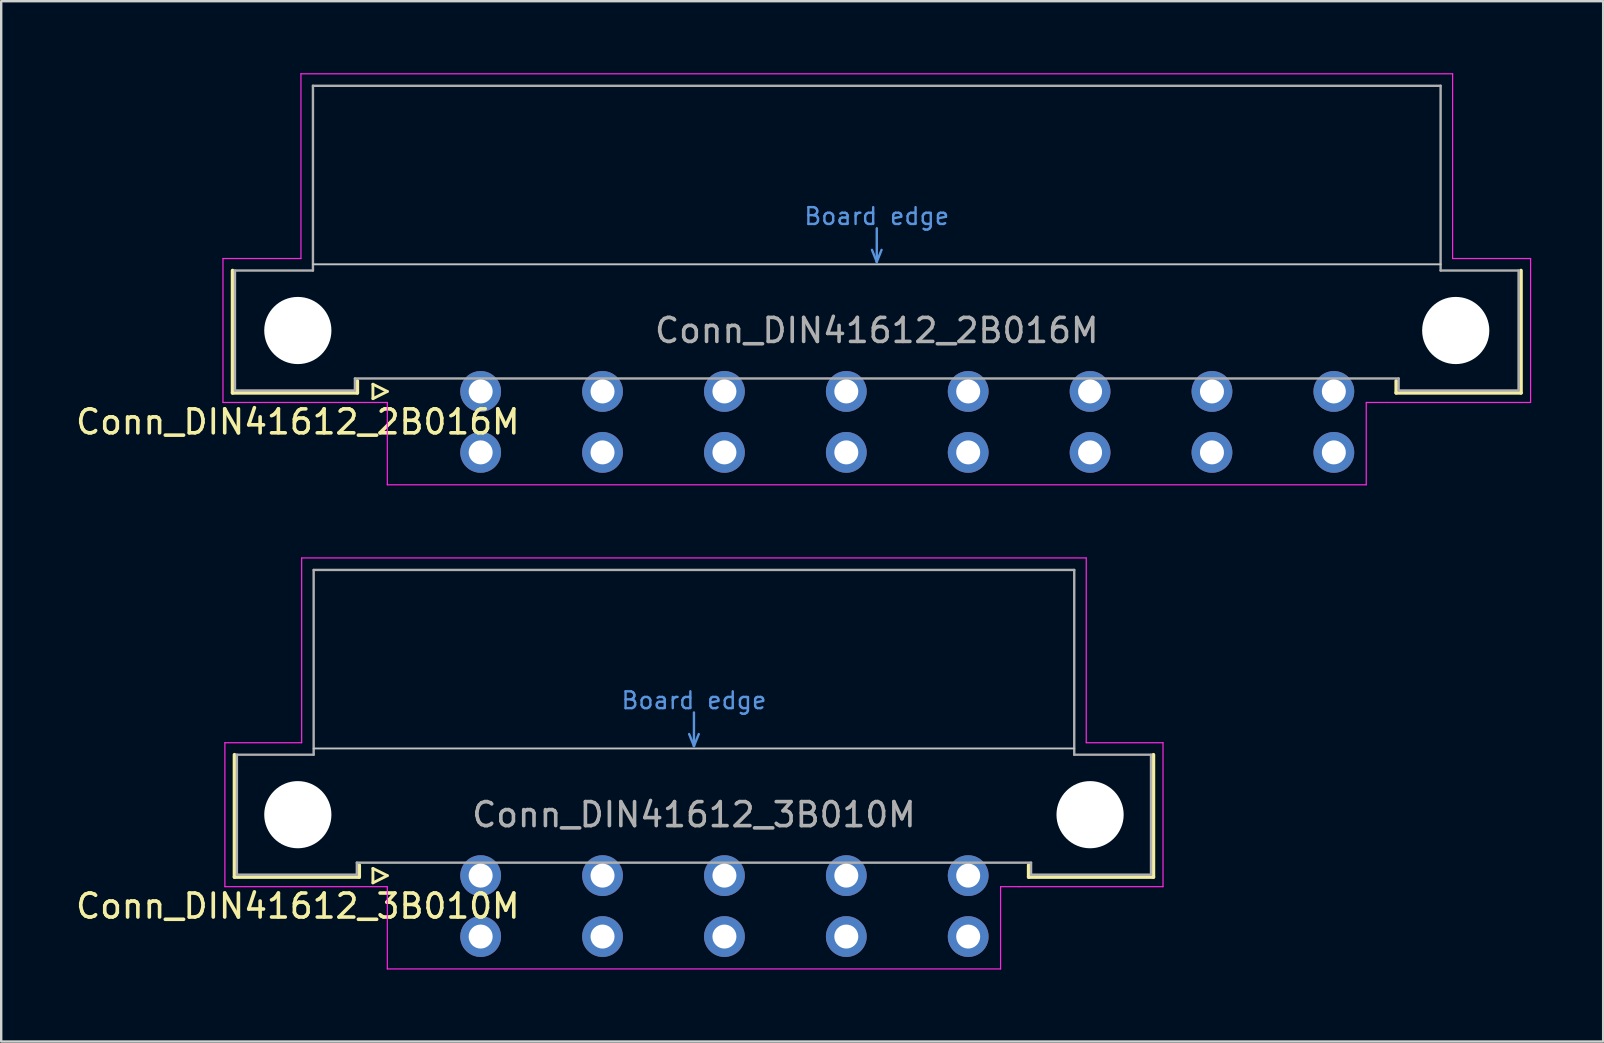
<source format=kicad_pcb>
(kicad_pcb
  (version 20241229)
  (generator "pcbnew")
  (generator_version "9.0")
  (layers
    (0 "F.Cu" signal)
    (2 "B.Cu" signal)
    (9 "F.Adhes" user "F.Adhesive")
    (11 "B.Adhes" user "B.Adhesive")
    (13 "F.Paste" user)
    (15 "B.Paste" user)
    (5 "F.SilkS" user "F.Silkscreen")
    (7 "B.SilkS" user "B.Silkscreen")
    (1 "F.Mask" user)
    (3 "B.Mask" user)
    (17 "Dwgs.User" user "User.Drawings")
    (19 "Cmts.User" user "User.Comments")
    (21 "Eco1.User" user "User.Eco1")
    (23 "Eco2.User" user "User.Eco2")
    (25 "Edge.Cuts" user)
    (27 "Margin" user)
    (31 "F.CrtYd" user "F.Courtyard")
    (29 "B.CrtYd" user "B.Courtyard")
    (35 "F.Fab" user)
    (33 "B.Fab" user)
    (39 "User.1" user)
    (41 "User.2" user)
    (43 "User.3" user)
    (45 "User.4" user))
  (footprint "Conn_DIN41612_3B010M"
    (layer "F.Cu")
    (at 14.443 33.445)
    (property "Reference" "Conn_DIN41612_3B010M" (at -5.08 1.27 0) (layer "F.SilkS") (effects (font (size 1 1) (thickness 0.15))))
    (attr through_hole)
    (fp_line (start -7.72 0.06) (end -7.72 -5.04) (stroke (width 0.15) (type solid)) (layer "F.SilkS"))
    (fp_line (start -2.52 -0.44) (end -2.52 0.06) (stroke (width 0.15) (type solid)) (layer "F.SilkS"))
    (fp_line (start -2.52 0.06) (end -7.72 0.06) (stroke (width 0.15) (type solid)) (layer "F.SilkS"))
    (fp_line (start -1.95 -0.3) (end -1.95 0.3) (stroke (width 0.12) (type solid)) (layer "F.SilkS"))
    (fp_line (start -1.95 0.3) (end -1.35 0) (stroke (width 0.12) (type solid)) (layer "F.SilkS"))
    (fp_line (start -1.35 0) (end -1.95 -0.3) (stroke (width 0.12) (type solid)) (layer "F.SilkS"))
    (fp_line (start 25.38 -0.44) (end 25.38 0.06) (stroke (width 0.15) (type solid)) (layer "F.SilkS"))
    (fp_line (start 25.38 0.06) (end 30.58 0.06) (stroke (width 0.15) (type solid)) (layer "F.SilkS"))
    (fp_line (start 30.58 0.06) (end 30.58 -5.04) (stroke (width 0.15) (type solid)) (layer "F.SilkS"))
    (fp_line (start -4.42 -5.3) (end 27.28 -5.3) (stroke (width 0.08) (type solid)) (layer "Dwgs.User"))
    (fp_line (start 11.23 -5.9) (end 11.43 -5.4) (stroke (width 0.1) (type solid)) (layer "Cmts.User"))
    (fp_line (start 11.43 -6.8) (end 11.43 -5.4) (stroke (width 0.1) (type solid)) (layer "Cmts.User"))
    (fp_line (start 11.43 -5.4) (end 11.63 -5.9) (stroke (width 0.1) (type solid)) (layer "Cmts.User"))
    (fp_line (start -8.12 -5.54) (end -4.92 -5.54) (stroke (width 0.05) (type solid)) (layer "F.CrtYd"))
    (fp_line (start -8.12 0.46) (end -8.12 -5.54) (stroke (width 0.05) (type solid)) (layer "F.CrtYd"))
    (fp_line (start -4.92 -13.24) (end 27.78 -13.24) (stroke (width 0.05) (type solid)) (layer "F.CrtYd"))
    (fp_line (start -4.92 -5.54) (end -4.92 -13.24) (stroke (width 0.05) (type solid)) (layer "F.CrtYd"))
    (fp_line (start -1.35 0.46) (end -8.12 0.46) (stroke (width 0.05) (type solid)) (layer "F.CrtYd"))
    (fp_line (start -1.35 3.89) (end -1.35 0.46) (stroke (width 0.05) (type solid)) (layer "F.CrtYd"))
    (fp_line (start 24.21 0.46) (end 24.21 3.89) (stroke (width 0.05) (type solid)) (layer "F.CrtYd"))
    (fp_line (start 24.21 3.89) (end -1.35 3.89) (stroke (width 0.05) (type solid)) (layer "F.CrtYd"))
    (fp_line (start 24.98 0.46) (end 24.21 0.46) (stroke (width 0.05) (type solid)) (layer "F.CrtYd"))
    (fp_line (start 27.78 -13.24) (end 27.78 -5.54) (stroke (width 0.05) (type solid)) (layer "F.CrtYd"))
    (fp_line (start 27.78 -5.54) (end 30.98 -5.54) (stroke (width 0.05) (type solid)) (layer "F.CrtYd"))
    (fp_line (start 30.98 -5.54) (end 30.98 0.46) (stroke (width 0.05) (type solid)) (layer "F.CrtYd"))
    (fp_line (start 30.98 0.46) (end 24.98 0.46) (stroke (width 0.05) (type solid)) (layer "F.CrtYd"))
    (fp_line (start -7.62 -5.04) (end -4.42 -5.04) (stroke (width 0.1) (type solid)) (layer "F.Fab"))
    (fp_line (start -7.62 -0.04) (end -7.62 -5.04) (stroke (width 0.1) (type solid)) (layer "F.Fab"))
    (fp_line (start -4.42 -12.74) (end 27.28 -12.74) (stroke (width 0.1) (type solid)) (layer "F.Fab"))
    (fp_line (start -4.42 -5.04) (end -4.42 -12.74) (stroke (width 0.1) (type solid)) (layer "F.Fab"))
    (fp_line (start -2.62 -0.54) (end -2.62 -0.04) (stroke (width 0.1) (type solid)) (layer "F.Fab"))
    (fp_line (start -2.62 -0.04) (end -7.62 -0.04) (stroke (width 0.1) (type solid)) (layer "F.Fab"))
    (fp_line (start 25.48 -0.54) (end -2.62 -0.54) (stroke (width 0.1) (type solid)) (layer "F.Fab"))
    (fp_line (start 25.48 -0.04) (end 25.48 -0.54) (stroke (width 0.1) (type solid)) (layer "F.Fab"))
    (fp_line (start 27.28 -12.74) (end 27.28 -5.04) (stroke (width 0.1) (type solid)) (layer "F.Fab"))
    (fp_line (start 27.28 -5.04) (end 30.48 -5.04) (stroke (width 0.1) (type solid)) (layer "F.Fab"))
    (fp_line (start 30.48 -5.04) (end 30.48 -0.04) (stroke (width 0.1) (type solid)) (layer "F.Fab"))
    (fp_line (start 30.48 -0.04) (end 25.48 -0.04) (stroke (width 0.1) (type solid)) (layer "F.Fab"))
    (fp_text user "Board edge" (at 11.43 -7.3 0) (layer "Cmts.User") (effects (font (size 0.7 0.7) (thickness 0.1))))
    (fp_text user "${REFERENCE}" (at 11.43 -2.54 0) (layer "F.Fab") (effects (font (size 1 1) (thickness 0.15))))
    (pad "" np_thru_hole circle (at -5.08 -2.54) (size 2.8 2.8) (drill 2.8) (layers "*.Cu" "*.Mask"))
    (pad "" np_thru_hole circle (at 27.94 -2.54) (size 2.8 2.8) (drill 2.8) (layers "*.Cu" "*.Mask"))
    (pad "A2" thru_hole circle (at 2.54 0) (size 1.7 1.7) (drill 1) (layers "*.Cu" "*.Mask"))
    (pad "A4" thru_hole circle (at 7.62 0) (size 1.7 1.7) (drill 1) (layers "*.Cu" "*.Mask"))
    (pad "A6" thru_hole circle (at 12.7 0) (size 1.7 1.7) (drill 1) (layers "*.Cu" "*.Mask"))
    (pad "A8" thru_hole circle (at 17.78 0) (size 1.7 1.7) (drill 1) (layers "*.Cu" "*.Mask"))
    (pad "A10" thru_hole circle (at 22.86 0) (size 1.7 1.7) (drill 1) (layers "*.Cu" "*.Mask"))
    (pad "B2" thru_hole circle (at 2.54 2.54) (size 1.7 1.7) (drill 1) (layers "*.Cu" "*.Mask"))
    (pad "B4" thru_hole circle (at 7.62 2.54) (size 1.7 1.7) (drill 1) (layers "*.Cu" "*.Mask"))
    (pad "B6" thru_hole circle (at 12.7 2.54) (size 1.7 1.7) (drill 1) (layers "*.Cu" "*.Mask"))
    (pad "B8" thru_hole circle (at 17.78 2.54) (size 1.7 1.7) (drill 1) (layers "*.Cu" "*.Mask"))
    (pad "B10" thru_hole circle (at 22.86 2.54) (size 1.7 1.7) (drill 1) (layers "*.Cu" "*.Mask")))
  (footprint "Conn_DIN41612_2B016M"
    (layer "F.Cu")
    (at 14.443 13.265)
    (property "Reference" "Conn_DIN41612_2B016M" (at -5.08 1.27 0) (layer "F.SilkS") (effects (font (size 1 1) (thickness 0.15))))
    (attr through_hole)
    (fp_line (start -7.8 0.06) (end -7.8 -5.04) (stroke (width 0.15) (type solid)) (layer "F.SilkS"))
    (fp_line (start -2.6 -0.44) (end -2.6 0.06) (stroke (width 0.15) (type solid)) (layer "F.SilkS"))
    (fp_line (start -2.6 0.06) (end -7.8 0.06) (stroke (width 0.15) (type solid)) (layer "F.SilkS"))
    (fp_line (start -1.95 -0.3) (end -1.95 0.3) (stroke (width 0.12) (type solid)) (layer "F.SilkS"))
    (fp_line (start -1.95 0.3) (end -1.35 0) (stroke (width 0.12) (type solid)) (layer "F.SilkS"))
    (fp_line (start -1.35 0) (end -1.95 -0.3) (stroke (width 0.12) (type solid)) (layer "F.SilkS"))
    (fp_line (start 40.7 -0.44) (end 40.7 0.06) (stroke (width 0.15) (type solid)) (layer "F.SilkS"))
    (fp_line (start 40.7 0.06) (end 45.9 0.06) (stroke (width 0.15) (type solid)) (layer "F.SilkS"))
    (fp_line (start 45.9 0.06) (end 45.9 -5.04) (stroke (width 0.15) (type solid)) (layer "F.SilkS"))
    (fp_line (start -4.45 -5.3) (end 42.55 -5.3) (stroke (width 0.08) (type solid)) (layer "Dwgs.User"))
    (fp_line (start 18.85 -5.9) (end 19.05 -5.4) (stroke (width 0.1) (type solid)) (layer "Cmts.User"))
    (fp_line (start 19.05 -6.8) (end 19.05 -5.4) (stroke (width 0.1) (type solid)) (layer "Cmts.User"))
    (fp_line (start 19.05 -5.4) (end 19.25 -5.9) (stroke (width 0.1) (type solid)) (layer "Cmts.User"))
    (fp_line (start -8.2 -5.54) (end -4.95 -5.54) (stroke (width 0.05) (type solid)) (layer "F.CrtYd"))
    (fp_line (start -8.2 0.46) (end -8.2 -5.54) (stroke (width 0.05) (type solid)) (layer "F.CrtYd"))
    (fp_line (start -4.95 -13.24) (end 43.05 -13.24) (stroke (width 0.05) (type solid)) (layer "F.CrtYd"))
    (fp_line (start -4.95 -5.54) (end -4.95 -13.24) (stroke (width 0.05) (type solid)) (layer "F.CrtYd"))
    (fp_line (start -1.35 0.46) (end -8.2 0.46) (stroke (width 0.05) (type solid)) (layer "F.CrtYd"))
    (fp_line (start -1.35 3.89) (end -1.35 0.46) (stroke (width 0.05) (type solid)) (layer "F.CrtYd"))
    (fp_line (start 39.45 0.46) (end 39.45 3.89) (stroke (width 0.05) (type solid)) (layer "F.CrtYd"))
    (fp_line (start 39.45 3.89) (end -1.35 3.89) (stroke (width 0.05) (type solid)) (layer "F.CrtYd"))
    (fp_line (start 40.3 0.46) (end 39.45 0.46) (stroke (width 0.05) (type solid)) (layer "F.CrtYd"))
    (fp_line (start 43.05 -13.24) (end 43.05 -5.54) (stroke (width 0.05) (type solid)) (layer "F.CrtYd"))
    (fp_line (start 43.05 -5.54) (end 46.3 -5.54) (stroke (width 0.05) (type solid)) (layer "F.CrtYd"))
    (fp_line (start 46.3 -5.54) (end 46.3 0.46) (stroke (width 0.05) (type solid)) (layer "F.CrtYd"))
    (fp_line (start 46.3 0.46) (end 40.3 0.46) (stroke (width 0.05) (type solid)) (layer "F.CrtYd"))
    (fp_line (start -7.7 -5.04) (end -4.45 -5.04) (stroke (width 0.1) (type solid)) (layer "F.Fab"))
    (fp_line (start -7.7 -0.04) (end -7.7 -5.04) (stroke (width 0.1) (type solid)) (layer "F.Fab"))
    (fp_line (start -4.45 -12.74) (end 42.55 -12.74) (stroke (width 0.1) (type solid)) (layer "F.Fab"))
    (fp_line (start -4.45 -5.04) (end -4.45 -12.74) (stroke (width 0.1) (type solid)) (layer "F.Fab"))
    (fp_line (start -2.7 -0.54) (end -2.7 -0.04) (stroke (width 0.1) (type solid)) (layer "F.Fab"))
    (fp_line (start -2.7 -0.04) (end -7.7 -0.04) (stroke (width 0.1) (type solid)) (layer "F.Fab"))
    (fp_line (start 40.8 -0.54) (end -2.7 -0.54) (stroke (width 0.1) (type solid)) (layer "F.Fab"))
    (fp_line (start 40.8 -0.04) (end 40.8 -0.54) (stroke (width 0.1) (type solid)) (layer "F.Fab"))
    (fp_line (start 42.55 -12.74) (end 42.55 -5.04) (stroke (width 0.1) (type solid)) (layer "F.Fab"))
    (fp_line (start 42.55 -5.04) (end 45.8 -5.04) (stroke (width 0.1) (type solid)) (layer "F.Fab"))
    (fp_line (start 45.8 -5.04) (end 45.8 -0.04) (stroke (width 0.1) (type solid)) (layer "F.Fab"))
    (fp_line (start 45.8 -0.04) (end 40.8 -0.04) (stroke (width 0.1) (type solid)) (layer "F.Fab"))
    (fp_text user "Board edge" (at 19.05 -7.3 0) (layer "Cmts.User") (effects (font (size 0.7 0.7) (thickness 0.1))))
    (fp_text user "${REFERENCE}" (at 19.05 -2.54 0) (layer "F.Fab") (effects (font (size 1 1) (thickness 0.15))))
    (pad "" np_thru_hole circle (at -5.08 -2.54) (size 2.8 2.8) (drill 2.8) (layers "*.Cu" "*.Mask"))
    (pad "" np_thru_hole circle (at 43.18 -2.54) (size 2.8 2.8) (drill 2.8) (layers "*.Cu" "*.Mask"))
    (pad "A2" thru_hole circle (at 2.54 0) (size 1.7 1.7) (drill 1) (layers "*.Cu" "*.Mask"))
    (pad "A4" thru_hole circle (at 7.62 0) (size 1.7 1.7) (drill 1) (layers "*.Cu" "*.Mask"))
    (pad "A6" thru_hole circle (at 12.7 0) (size 1.7 1.7) (drill 1) (layers "*.Cu" "*.Mask"))
    (pad "A8" thru_hole circle (at 17.78 0) (size 1.7 1.7) (drill 1) (layers "*.Cu" "*.Mask"))
    (pad "A10" thru_hole circle (at 22.86 0) (size 1.7 1.7) (drill 1) (layers "*.Cu" "*.Mask"))
    (pad "A12" thru_hole circle (at 27.94 0) (size 1.7 1.7) (drill 1) (layers "*.Cu" "*.Mask"))
    (pad "A14" thru_hole circle (at 33.02 0) (size 1.7 1.7) (drill 1) (layers "*.Cu" "*.Mask"))
    (pad "A16" thru_hole circle (at 38.1 0) (size 1.7 1.7) (drill 1) (layers "*.Cu" "*.Mask"))
    (pad "B2" thru_hole circle (at 2.54 2.54) (size 1.7 1.7) (drill 1) (layers "*.Cu" "*.Mask"))
    (pad "B4" thru_hole circle (at 7.62 2.54) (size 1.7 1.7) (drill 1) (layers "*.Cu" "*.Mask"))
    (pad "B6" thru_hole circle (at 12.7 2.54) (size 1.7 1.7) (drill 1) (layers "*.Cu" "*.Mask"))
    (pad "B8" thru_hole circle (at 17.78 2.54) (size 1.7 1.7) (drill 1) (layers "*.Cu" "*.Mask"))
    (pad "B10" thru_hole circle (at 22.86 2.54) (size 1.7 1.7) (drill 1) (layers "*.Cu" "*.Mask"))
    (pad "B12" thru_hole circle (at 27.94 2.54) (size 1.7 1.7) (drill 1) (layers "*.Cu" "*.Mask"))
    (pad "B14" thru_hole circle (at 33.02 2.54) (size 1.7 1.7) (drill 1) (layers "*.Cu" "*.Mask"))
    (pad "B16" thru_hole circle (at 38.1 2.54) (size 1.7 1.7) (drill 1) (layers "*.Cu" "*.Mask")))
  (gr_rect
    (start -3 -3)
    (end 63.768 40.36)
    (stroke (width 0.1) (type default))
    (fill no)
    (layer "Edge.Cuts")))
</source>
